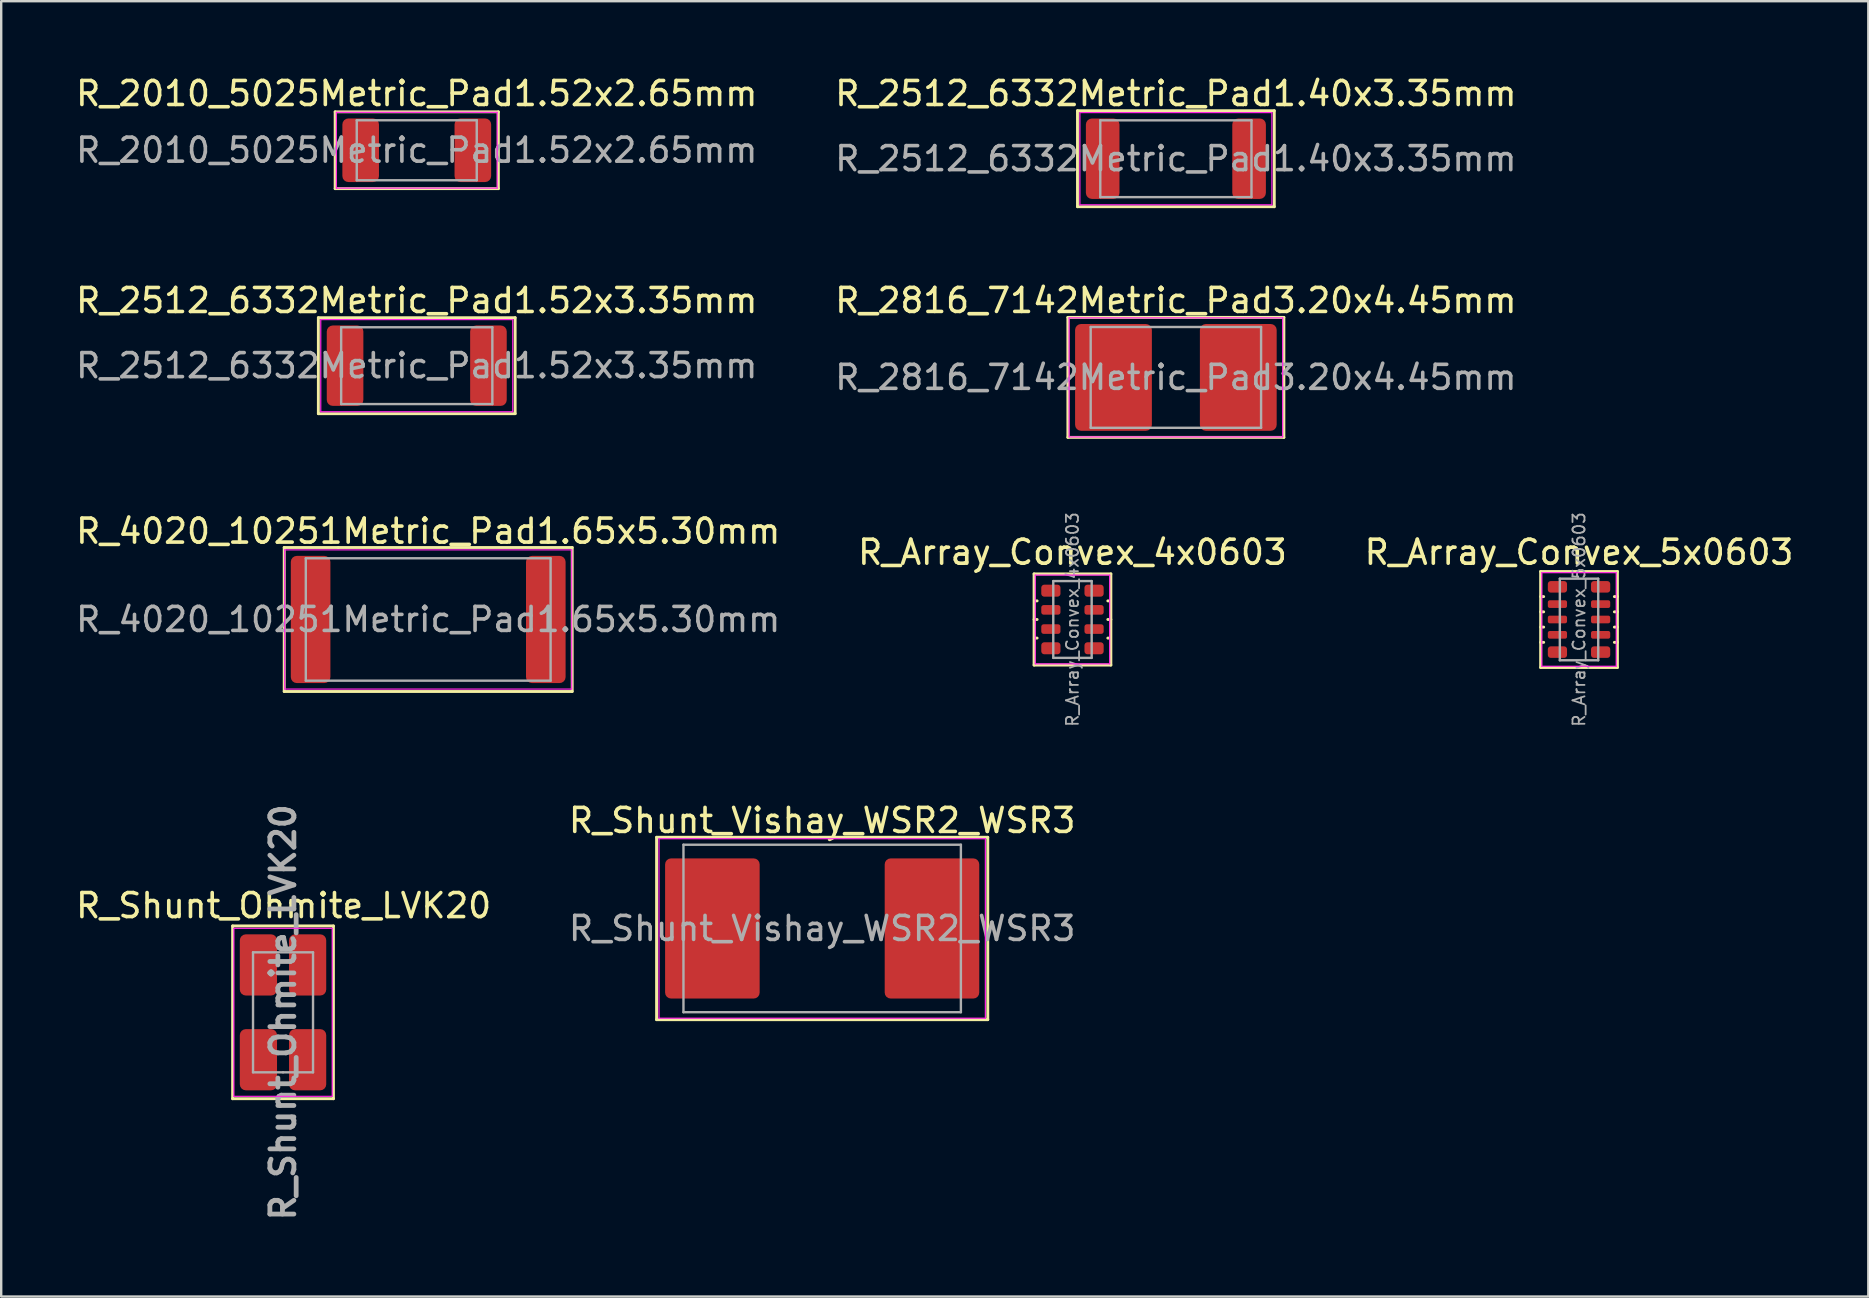
<source format=kicad_pcb>
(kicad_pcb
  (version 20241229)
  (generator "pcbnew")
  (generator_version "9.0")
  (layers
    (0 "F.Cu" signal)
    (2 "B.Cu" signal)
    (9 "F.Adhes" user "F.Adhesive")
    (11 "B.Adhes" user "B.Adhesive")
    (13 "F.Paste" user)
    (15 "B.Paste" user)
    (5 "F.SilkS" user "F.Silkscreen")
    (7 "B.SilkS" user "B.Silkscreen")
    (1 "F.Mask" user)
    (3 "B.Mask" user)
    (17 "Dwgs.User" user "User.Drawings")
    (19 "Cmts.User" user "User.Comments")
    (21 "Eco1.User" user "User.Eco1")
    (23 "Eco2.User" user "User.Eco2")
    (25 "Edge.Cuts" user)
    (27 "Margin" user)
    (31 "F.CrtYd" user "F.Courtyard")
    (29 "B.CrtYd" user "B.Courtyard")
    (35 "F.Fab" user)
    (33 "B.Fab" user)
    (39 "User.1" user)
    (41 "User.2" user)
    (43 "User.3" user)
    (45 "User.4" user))
  (footprint "R_2512_6332Metric_Pad1.40x3.35mm"
    (layer "F.Cu")
    (at 45.946 3.563)
    (property "Reference" "R_2512_6332Metric_Pad1.40x3.35mm" (at 0 -2.715 0) (layer "F.SilkS") (effects (font (size 1 1) (thickness 0.15))))
    (attr smd)
    (fp_line (start -4.1 -2) (end -4.1 2) (stroke (width 0.12) (type solid)) (layer "F.SilkS"))
    (fp_line (start -4.1 2) (end 4.1 2) (stroke (width 0.12) (type solid)) (layer "F.SilkS"))
    (fp_line (start 4.1 -2) (end -4.1 -2) (stroke (width 0.12) (type solid)) (layer "F.SilkS"))
    (fp_line (start 4.1 2) (end 4.1 -2) (stroke (width 0.12) (type solid)) (layer "F.SilkS"))
    (fp_line (start -4 -1.92) (end 4 -1.92) (stroke (width 0.05) (type solid)) (layer "F.CrtYd"))
    (fp_line (start -4 1.92) (end -4 -1.92) (stroke (width 0.05) (type solid)) (layer "F.CrtYd"))
    (fp_line (start 4 -1.92) (end 4 1.92) (stroke (width 0.05) (type solid)) (layer "F.CrtYd"))
    (fp_line (start 4 1.92) (end -4 1.92) (stroke (width 0.05) (type solid)) (layer "F.CrtYd"))
    (fp_line (start -3.15 -1.6) (end 3.15 -1.6) (stroke (width 0.1) (type solid)) (layer "F.Fab"))
    (fp_line (start -3.15 1.6) (end -3.15 -1.6) (stroke (width 0.1) (type solid)) (layer "F.Fab"))
    (fp_line (start 3.15 -1.6) (end 3.15 1.6) (stroke (width 0.1) (type solid)) (layer "F.Fab"))
    (fp_line (start 3.15 1.6) (end -3.15 1.6) (stroke (width 0.1) (type solid)) (layer "F.Fab"))
    (fp_text user "${REFERENCE}" (at 0 0 0) (layer "F.Fab") (effects (font (size 1 1) (thickness 0.15))))
    (pad "1" smd roundrect (at -3.05 0) (size 1.4 3.35) (layers "F.Cu" "F.Mask" "F.Paste") (roundrect_rratio 0.179))
    (pad "2" smd roundrect (at 3.05 0) (size 1.4 3.35) (layers "F.Cu" "F.Mask" "F.Paste") (roundrect_rratio 0.179)))
  (footprint "R_4020_10251Metric_Pad1.65x5.30mm"
    (layer "F.Cu")
    (at 14.792 22.762)
    (property "Reference" "R_4020_10251Metric_Pad1.65x5.30mm" (at 0 -3.679 0) (layer "F.SilkS") (effects (font (size 1 1) (thickness 0.15))))
    (attr smd)
    (fp_line (start -6 -3) (end -6 3) (stroke (width 0.12) (type solid)) (layer "F.SilkS"))
    (fp_line (start -6 3) (end 6 3) (stroke (width 0.12) (type solid)) (layer "F.SilkS"))
    (fp_line (start -3.747 -3) (end -6 -3) (stroke (width 0.12) (type solid)) (layer "F.SilkS"))
    (fp_line (start 6 -3) (end -3.747 -3) (stroke (width 0.12) (type solid)) (layer "F.SilkS"))
    (fp_line (start 6 3) (end 6 -3) (stroke (width 0.12) (type solid)) (layer "F.SilkS"))
    (fp_line (start -5.98 -2.9) (end 5.98 -2.9) (stroke (width 0.05) (type solid)) (layer "F.CrtYd"))
    (fp_line (start -5.98 2.9) (end -5.98 -2.9) (stroke (width 0.05) (type solid)) (layer "F.CrtYd"))
    (fp_line (start 5.98 -2.9) (end 5.98 2.9) (stroke (width 0.05) (type solid)) (layer "F.CrtYd"))
    (fp_line (start 5.98 2.9) (end -5.98 2.9) (stroke (width 0.05) (type solid)) (layer "F.CrtYd"))
    (fp_line (start -5.1 -2.55) (end 5.1 -2.55) (stroke (width 0.1) (type solid)) (layer "F.Fab"))
    (fp_line (start -5.1 2.55) (end -5.1 -2.55) (stroke (width 0.1) (type solid)) (layer "F.Fab"))
    (fp_line (start 5.1 -2.55) (end 5.1 2.55) (stroke (width 0.1) (type solid)) (layer "F.Fab"))
    (fp_line (start 5.1 2.55) (end -5.1 2.55) (stroke (width 0.1) (type solid)) (layer "F.Fab"))
    (fp_text user "${REFERENCE}" (at 0 0 0) (layer "F.Fab") (effects (font (size 1 1) (thickness 0.15))))
    (pad "1" smd roundrect (at -4.9 0) (size 1.65 5.3) (layers "F.Cu" "F.Mask" "F.Paste") (roundrect_rratio 0.152))
    (pad "2" smd roundrect (at 4.9 0) (size 1.65 5.3) (layers "F.Cu" "F.Mask" "F.Paste") (roundrect_rratio 0.152)))
  (footprint "R_2512_6332Metric_Pad1.52x3.35mm"
    (layer "F.Cu")
    (at 14.315 12.187)
    (property "Reference" "R_2512_6332Metric_Pad1.52x3.35mm" (at 0 -2.715 0) (layer "F.SilkS") (effects (font (size 1 1) (thickness 0.15))))
    (attr smd)
    (fp_line (start -4.1 -2) (end 4.1 -2) (stroke (width 0.12) (type solid)) (layer "F.SilkS"))
    (fp_line (start -4.1 2) (end -4.1 -2) (stroke (width 0.12) (type solid)) (layer "F.SilkS"))
    (fp_line (start 4.1 -2) (end 4.1 2) (stroke (width 0.12) (type solid)) (layer "F.SilkS"))
    (fp_line (start 4.1 2) (end -4.1 2) (stroke (width 0.12) (type solid)) (layer "F.SilkS"))
    (fp_line (start -4 -1.92) (end 4 -1.92) (stroke (width 0.05) (type solid)) (layer "F.CrtYd"))
    (fp_line (start -4 1.92) (end -4 -1.92) (stroke (width 0.05) (type solid)) (layer "F.CrtYd"))
    (fp_line (start 4 -1.92) (end 4 1.92) (stroke (width 0.05) (type solid)) (layer "F.CrtYd"))
    (fp_line (start 4 1.92) (end -4 1.92) (stroke (width 0.05) (type solid)) (layer "F.CrtYd"))
    (fp_line (start -3.15 -1.6) (end 3.15 -1.6) (stroke (width 0.1) (type solid)) (layer "F.Fab"))
    (fp_line (start -3.15 1.6) (end -3.15 -1.6) (stroke (width 0.1) (type solid)) (layer "F.Fab"))
    (fp_line (start 3.15 -1.6) (end 3.15 1.6) (stroke (width 0.1) (type solid)) (layer "F.Fab"))
    (fp_line (start 3.15 1.6) (end -3.15 1.6) (stroke (width 0.1) (type solid)) (layer "F.Fab"))
    (fp_text user "${REFERENCE}" (at 0 0 0) (layer "F.Fab") (effects (font (size 1 1) (thickness 0.15))))
    (pad "1" smd roundrect (at -2.987 0) (size 1.525 3.35) (layers "F.Cu" "F.Mask" "F.Paste") (roundrect_rratio 0.164))
    (pad "2" smd roundrect (at 2.987 0) (size 1.525 3.35) (layers "F.Cu" "F.Mask" "F.Paste") (roundrect_rratio 0.164)))
  (footprint "R_Array_Convex_5x0603"
    (layer "F.Cu")
    (at 62.744 22.762)
    (property "Reference" "R_Array_Convex_5x0603" (at 0 -2.8 0) (layer "F.SilkS") (effects (font (size 1 1) (thickness 0.15))))
    (attr smd)
    (fp_line (start -1.6 -2) (end -1.6 2) (stroke (width 0.12) (type solid)) (layer "F.SilkS"))
    (fp_line (start -1.6 2) (end 1.6 2) (stroke (width 0.12) (type solid)) (layer "F.SilkS"))
    (fp_line (start -1.473 -0.953) (end -1.6 -0.953) (stroke (width 0.12) (type solid)) (layer "F.SilkS"))
    (fp_line (start -1.473 -0.318) (end -1.6 -0.318) (stroke (width 0.12) (type solid)) (layer "F.SilkS"))
    (fp_line (start -1.473 0.318) (end -1.6 0.318) (stroke (width 0.12) (type solid)) (layer "F.SilkS"))
    (fp_line (start -1.473 0.953) (end -1.6 0.953) (stroke (width 0.12) (type solid)) (layer "F.SilkS"))
    (fp_line (start 1.473 -0.953) (end 1.6 -0.953) (stroke (width 0.12) (type solid)) (layer "F.SilkS"))
    (fp_line (start 1.473 -0.318) (end 1.6 -0.318) (stroke (width 0.12) (type solid)) (layer "F.SilkS"))
    (fp_line (start 1.473 0.318) (end 1.6 0.318) (stroke (width 0.12) (type solid)) (layer "F.SilkS"))
    (fp_line (start 1.473 0.953) (end 1.6 0.953) (stroke (width 0.12) (type solid)) (layer "F.SilkS"))
    (fp_line (start 1.6 -2) (end -1.6 -2) (stroke (width 0.12) (type solid)) (layer "F.SilkS"))
    (fp_line (start 1.6 2) (end 1.6 -2) (stroke (width 0.12) (type solid)) (layer "F.SilkS"))
    (fp_line (start -1.55 -1.95) (end -1.55 1.95) (stroke (width 0.05) (type solid)) (layer "F.CrtYd"))
    (fp_line (start -1.55 -1.95) (end 1.55 -1.95) (stroke (width 0.05) (type solid)) (layer "F.CrtYd"))
    (fp_line (start 1.55 1.95) (end -1.55 1.95) (stroke (width 0.05) (type solid)) (layer "F.CrtYd"))
    (fp_line (start 1.55 1.95) (end 1.55 -1.95) (stroke (width 0.05) (type solid)) (layer "F.CrtYd"))
    (fp_line (start -0.8 -1.7) (end -0.8 1.7) (stroke (width 0.1) (type solid)) (layer "F.Fab"))
    (fp_line (start -0.8 1.7) (end 0.8 1.7) (stroke (width 0.1) (type solid)) (layer "F.Fab"))
    (fp_line (start 0.8 -1.7) (end -0.8 -1.7) (stroke (width 0.1) (type solid)) (layer "F.Fab"))
    (fp_line (start 0.8 1.7) (end 0.8 -1.7) (stroke (width 0.1) (type solid)) (layer "F.Fab"))
    (fp_text user "${REFERENCE}" (at 0 0 90) (layer "F.Fab") (effects (font (size 0.5 0.5) (thickness 0.075))))
    (pad "1" smd roundrect (at -0.9 -1.36) (size 0.8 0.48) (layers "F.Cu" "F.Mask" "F.Paste") (roundrect_rratio 0.25))
    (pad "2" smd roundrect (at -0.9 -0.64) (size 0.8 0.32) (layers "F.Cu" "F.Mask" "F.Paste") (roundrect_rratio 0.25))
    (pad "3" smd roundrect (at -0.9 0) (size 0.8 0.32) (layers "F.Cu" "F.Mask" "F.Paste") (roundrect_rratio 0.25))
    (pad "4" smd roundrect (at -0.9 0.64) (size 0.8 0.32) (layers "F.Cu" "F.Mask" "F.Paste") (roundrect_rratio 0.25))
    (pad "5" smd roundrect (at -0.9 1.36) (size 0.8 0.48) (layers "F.Cu" "F.Mask" "F.Paste") (roundrect_rratio 0.25))
    (pad "6" smd roundrect (at 0.9 1.36) (size 0.8 0.48) (layers "F.Cu" "F.Mask" "F.Paste") (roundrect_rratio 0.25))
    (pad "7" smd roundrect (at 0.9 0.64) (size 0.8 0.32) (layers "F.Cu" "F.Mask" "F.Paste") (roundrect_rratio 0.25))
    (pad "8" smd roundrect (at 0.9 0) (size 0.8 0.32) (layers "F.Cu" "F.Mask" "F.Paste") (roundrect_rratio 0.25))
    (pad "9" smd roundrect (at 0.9 -0.64) (size 0.8 0.32) (layers "F.Cu" "F.Mask" "F.Paste") (roundrect_rratio 0.25))
    (pad "10" smd roundrect (at 0.9 -1.36) (size 0.8 0.48) (layers "F.Cu" "F.Mask" "F.Paste") (roundrect_rratio 0.25)))
  (footprint "R_2010_5025Metric_Pad1.52x2.65mm"
    (layer "F.Cu")
    (at 14.315 3.21)
    (property "Reference" "R_2010_5025Metric_Pad1.52x2.65mm" (at 0 -2.362 0) (layer "F.SilkS") (effects (font (size 1 1) (thickness 0.15))))
    (attr smd)
    (fp_line (start -3.4 -1.6) (end -3.4 1.6) (stroke (width 0.12) (type solid)) (layer "F.SilkS"))
    (fp_line (start -3.4 1.6) (end 3.4 1.6) (stroke (width 0.12) (type solid)) (layer "F.SilkS"))
    (fp_line (start 3.4 -1.6) (end -3.4 -1.6) (stroke (width 0.12) (type solid)) (layer "F.SilkS"))
    (fp_line (start 3.4 1.6) (end 3.4 -1.6) (stroke (width 0.12) (type solid)) (layer "F.SilkS"))
    (fp_line (start -3.35 -1.58) (end 3.35 -1.58) (stroke (width 0.05) (type solid)) (layer "F.CrtYd"))
    (fp_line (start -3.35 1.58) (end -3.35 -1.58) (stroke (width 0.05) (type solid)) (layer "F.CrtYd"))
    (fp_line (start 3.35 -1.58) (end 3.35 1.58) (stroke (width 0.05) (type solid)) (layer "F.CrtYd"))
    (fp_line (start 3.35 1.58) (end -3.35 1.58) (stroke (width 0.05) (type solid)) (layer "F.CrtYd"))
    (fp_line (start -2.5 -1.25) (end 2.5 -1.25) (stroke (width 0.1) (type solid)) (layer "F.Fab"))
    (fp_line (start -2.5 1.25) (end -2.5 -1.25) (stroke (width 0.1) (type solid)) (layer "F.Fab"))
    (fp_line (start 2.5 -1.25) (end 2.5 1.25) (stroke (width 0.1) (type solid)) (layer "F.Fab"))
    (fp_line (start 2.5 1.25) (end -2.5 1.25) (stroke (width 0.1) (type solid)) (layer "F.Fab"))
    (fp_text user "${REFERENCE}" (at 0 0 0) (layer "F.Fab") (effects (font (size 1 1) (thickness 0.15))))
    (pad "1" smd roundrect (at -2.337 0) (size 1.525 2.65) (layers "F.Cu" "F.Mask" "F.Paste") (roundrect_rratio 0.164))
    (pad "2" smd roundrect (at 2.337 0) (size 1.525 2.65) (layers "F.Cu" "F.Mask" "F.Paste") (roundrect_rratio 0.164)))
  (footprint "R_Array_Convex_4x0603"
    (layer "F.Cu")
    (at 41.637 22.762)
    (property "Reference" "R_Array_Convex_4x0603" (at 0 -2.8 0) (layer "F.SilkS") (effects (font (size 1 1) (thickness 0.15))))
    (attr smd)
    (fp_line (start -1.6 -1.9) (end 1.6 -1.9) (stroke (width 0.12) (type solid)) (layer "F.SilkS"))
    (fp_line (start -1.6 0) (end -1.473 0) (stroke (width 0.12) (type solid)) (layer "F.SilkS"))
    (fp_line (start -1.6 1.9) (end -1.6 -1.9) (stroke (width 0.12) (type solid)) (layer "F.SilkS"))
    (fp_line (start -1.473 -0.775) (end -1.587 -0.775) (stroke (width 0.12) (type solid)) (layer "F.SilkS"))
    (fp_line (start -1.473 0.775) (end -1.587 0.775) (stroke (width 0.12) (type solid)) (layer "F.SilkS"))
    (fp_line (start 1.473 -0.775) (end 1.587 -0.775) (stroke (width 0.12) (type solid)) (layer "F.SilkS"))
    (fp_line (start 1.473 0.775) (end 1.587 0.775) (stroke (width 0.12) (type solid)) (layer "F.SilkS"))
    (fp_line (start 1.6 -1.9) (end 1.6 1.9) (stroke (width 0.12) (type solid)) (layer "F.SilkS"))
    (fp_line (start 1.6 0) (end 1.473 0) (stroke (width 0.12) (type solid)) (layer "F.SilkS"))
    (fp_line (start 1.6 1.9) (end -1.6 1.9) (stroke (width 0.12) (type solid)) (layer "F.SilkS"))
    (fp_line (start -1.55 -1.85) (end -1.55 1.85) (stroke (width 0.05) (type solid)) (layer "F.CrtYd"))
    (fp_line (start -1.55 -1.85) (end 1.55 -1.85) (stroke (width 0.05) (type solid)) (layer "F.CrtYd"))
    (fp_line (start 1.55 1.85) (end -1.55 1.85) (stroke (width 0.05) (type solid)) (layer "F.CrtYd"))
    (fp_line (start 1.55 1.85) (end 1.55 -1.85) (stroke (width 0.05) (type solid)) (layer "F.CrtYd"))
    (fp_line (start -0.8 -1.6) (end 0.8 -1.6) (stroke (width 0.1) (type solid)) (layer "F.Fab"))
    (fp_line (start -0.8 1.6) (end -0.8 -1.6) (stroke (width 0.1) (type solid)) (layer "F.Fab"))
    (fp_line (start 0.8 -1.6) (end 0.8 1.6) (stroke (width 0.1) (type solid)) (layer "F.Fab"))
    (fp_line (start 0.8 1.6) (end -0.8 1.6) (stroke (width 0.1) (type solid)) (layer "F.Fab"))
    (fp_text user "${REFERENCE}" (at 0 0 90) (layer "F.Fab") (effects (font (size 0.5 0.5) (thickness 0.075))))
    (pad "1" smd roundrect (at -0.9 -1.2) (size 0.8 0.5) (layers "F.Cu" "F.Mask" "F.Paste") (roundrect_rratio 0.25))
    (pad "2" smd roundrect (at -0.9 -0.4) (size 0.8 0.4) (layers "F.Cu" "F.Mask" "F.Paste") (roundrect_rratio 0.25))
    (pad "3" smd roundrect (at -0.9 0.4) (size 0.8 0.4) (layers "F.Cu" "F.Mask" "F.Paste") (roundrect_rratio 0.25))
    (pad "4" smd roundrect (at -0.9 1.2) (size 0.8 0.5) (layers "F.Cu" "F.Mask" "F.Paste") (roundrect_rratio 0.25))
    (pad "5" smd roundrect (at 0.9 1.2) (size 0.8 0.5) (layers "F.Cu" "F.Mask" "F.Paste") (roundrect_rratio 0.25))
    (pad "6" smd roundrect (at 0.9 0.4) (size 0.8 0.4) (layers "F.Cu" "F.Mask" "F.Paste") (roundrect_rratio 0.25))
    (pad "7" smd roundrect (at 0.9 -0.4) (size 0.8 0.4) (layers "F.Cu" "F.Mask" "F.Paste") (roundrect_rratio 0.25))
    (pad "8" smd roundrect (at 0.9 -1.2) (size 0.8 0.5) (layers "F.Cu" "F.Mask" "F.Paste") (roundrect_rratio 0.25)))
  (footprint "R_Shunt_Vishay_WSR2_WSR3"
    (layer "F.Cu")
    (at 31.208 35.637)
    (property "Reference" "R_Shunt_Vishay_WSR2_WSR3" (at 0 -4.5 0) (layer "F.SilkS") (effects (font (size 1 1) (thickness 0.15))))
    (attr smd)
    (fp_line (start -6.9 -3.8) (end -6.9 3.8) (stroke (width 0.12) (type solid)) (layer "F.SilkS"))
    (fp_line (start -6.9 3.8) (end 6.9 3.8) (stroke (width 0.12) (type solid)) (layer "F.SilkS"))
    (fp_line (start 6.9 -3.8) (end -6.9 -3.8) (stroke (width 0.12) (type solid)) (layer "F.SilkS"))
    (fp_line (start 6.9 3.8) (end 6.9 -3.8) (stroke (width 0.12) (type solid)) (layer "F.SilkS"))
    (fp_line (start -6.8 -3.74) (end -6.8 3.74) (stroke (width 0.05) (type solid)) (layer "F.CrtYd"))
    (fp_line (start -6.8 -3.74) (end 6.8 -3.74) (stroke (width 0.05) (type solid)) (layer "F.CrtYd"))
    (fp_line (start -6.8 3.74) (end 6.8 3.74) (stroke (width 0.05) (type solid)) (layer "F.CrtYd"))
    (fp_line (start 6.8 -3.74) (end 6.8 3.74) (stroke (width 0.05) (type solid)) (layer "F.CrtYd"))
    (fp_line (start -5.78 -3.49) (end -5.78 3.49) (stroke (width 0.1) (type solid)) (layer "F.Fab"))
    (fp_line (start -5.78 -3.49) (end 5.78 -3.49) (stroke (width 0.1) (type solid)) (layer "F.Fab"))
    (fp_line (start -5.78 3.49) (end 5.78 3.49) (stroke (width 0.1) (type solid)) (layer "F.Fab"))
    (fp_line (start 5.78 -3.49) (end 5.78 3.49) (stroke (width 0.1) (type solid)) (layer "F.Fab"))
    (fp_text user "${REFERENCE}" (at 0 0 0) (layer "F.Fab") (effects (font (size 1 1) (thickness 0.15))))
    (pad "1" smd roundrect (at -4.575 0) (size 3.94 5.84) (layers "F.Cu" "F.Mask" "F.Paste") (roundrect_rratio 0.063))
    (pad "2" smd roundrect (at 4.575 0) (size 3.94 5.84) (layers "F.Cu" "F.Mask" "F.Paste") (roundrect_rratio 0.063)))
  (footprint "R_Shunt_Ohmite_LVK20"
    (layer "F.Cu")
    (at 8.743 39.131)
    (property "Reference" "R_Shunt_Ohmite_LVK20" (at 0.025 -4.445 0) (layer "F.SilkS") (effects (font (size 1 1) (thickness 0.15))))
    (attr smd)
    (fp_line (start -2.1 -3.6) (end -2.1 3.6) (stroke (width 0.12) (type solid)) (layer "F.SilkS"))
    (fp_line (start -2.1 3.6) (end 2.1 3.6) (stroke (width 0.12) (type solid)) (layer "F.SilkS"))
    (fp_line (start 2.1 -3.6) (end -2.1 -3.6) (stroke (width 0.12) (type solid)) (layer "F.SilkS"))
    (fp_line (start 2.1 3.6) (end 2.1 -3.6) (stroke (width 0.12) (type solid)) (layer "F.SilkS"))
    (fp_line (start -2.05 -3.5) (end 2.05 -3.5) (stroke (width 0.05) (type solid)) (layer "F.CrtYd"))
    (fp_line (start -2.05 3.5) (end -2.05 -3.5) (stroke (width 0.05) (type solid)) (layer "F.CrtYd"))
    (fp_line (start 2.05 -3.5) (end 2.05 3.5) (stroke (width 0.05) (type solid)) (layer "F.CrtYd"))
    (fp_line (start 2.05 3.5) (end -2.05 3.5) (stroke (width 0.05) (type solid)) (layer "F.CrtYd"))
    (fp_line (start -1.25 -2.5) (end 1.25 -2.5) (stroke (width 0.1) (type solid)) (layer "F.Fab"))
    (fp_line (start -1.25 2.5) (end -1.25 -2.5) (stroke (width 0.1) (type solid)) (layer "F.Fab"))
    (fp_line (start 0 2.5) (end -1.25 2.5) (stroke (width 0.1) (type solid)) (layer "F.Fab"))
    (fp_line (start 1.25 -2.5) (end 1.25 2.5) (stroke (width 0.1) (type solid)) (layer "F.Fab"))
    (fp_line (start 1.25 2.5) (end 0 2.5) (stroke (width 0.1) (type solid)) (layer "F.Fab"))
    (fp_text user "${REFERENCE}" (at 0 0 90) (layer "F.Fab") (effects (font (size 1 1) (thickness 0.2))))
    (pad "1" smd roundrect (at -1.025 -1.975) (size 1.55 2.55) (layers "F.Cu" "F.Mask" "F.Paste") (roundrect_rratio 0.161))
    (pad "2" smd roundrect (at 1.025 -1.975) (size 1.55 2.55) (layers "F.Cu" "F.Mask" "F.Paste") (roundrect_rratio 0.161))
    (pad "3" smd roundrect (at 1.025 1.975) (size 1.55 2.55) (layers "F.Cu" "F.Mask" "F.Paste") (roundrect_rratio 0.161))
    (pad "4" smd roundrect (at -1.025 1.975) (size 1.55 2.55) (layers "F.Cu" "F.Mask" "F.Paste") (roundrect_rratio 0.161)))
  (footprint "R_2816_7142Metric_Pad3.20x4.45mm"
    (layer "F.Cu")
    (at 45.946 12.675)
    (property "Reference" "R_2816_7142Metric_Pad3.20x4.45mm" (at 0 -3.204 0) (layer "F.SilkS") (effects (font (size 1 1) (thickness 0.15))))
    (attr smd)
    (fp_line (start -4.5 -2.5) (end -4.5 2.5) (stroke (width 0.12) (type solid)) (layer "F.SilkS"))
    (fp_line (start -4.5 -2.5) (end 4.5 -2.5) (stroke (width 0.12) (type solid)) (layer "F.SilkS"))
    (fp_line (start -4.5 2.5) (end 4.5 2.5) (stroke (width 0.12) (type solid)) (layer "F.SilkS"))
    (fp_line (start 4.5 2.5) (end 4.5 -2.5) (stroke (width 0.12) (type solid)) (layer "F.SilkS"))
    (fp_line (start -4.45 -2.48) (end 4.45 -2.48) (stroke (width 0.05) (type solid)) (layer "F.CrtYd"))
    (fp_line (start -4.45 2.48) (end -4.45 -2.48) (stroke (width 0.05) (type solid)) (layer "F.CrtYd"))
    (fp_line (start 4.45 -2.48) (end 4.45 2.48) (stroke (width 0.05) (type solid)) (layer "F.CrtYd"))
    (fp_line (start 4.45 2.48) (end -4.45 2.48) (stroke (width 0.05) (type solid)) (layer "F.CrtYd"))
    (fp_line (start -3.55 -2.1) (end 3.55 -2.1) (stroke (width 0.1) (type solid)) (layer "F.Fab"))
    (fp_line (start -3.55 2.1) (end -3.55 -2.1) (stroke (width 0.1) (type solid)) (layer "F.Fab"))
    (fp_line (start 3.55 -2.1) (end 3.55 2.1) (stroke (width 0.1) (type solid)) (layer "F.Fab"))
    (fp_line (start 3.55 2.1) (end -3.55 2.1) (stroke (width 0.1) (type solid)) (layer "F.Fab"))
    (fp_text user "${REFERENCE}" (at 0 0 0) (layer "F.Fab") (effects (font (size 1 1) (thickness 0.15))))
    (pad "1" smd roundrect (at -2.6 0) (size 3.2 4.45) (layers "F.Cu" "F.Mask" "F.Paste") (roundrect_rratio 0.078))
    (pad "2" smd roundrect (at 2.6 0) (size 3.2 4.45) (layers "F.Cu" "F.Mask" "F.Paste") (roundrect_rratio 0.078)))
  (gr_rect
    (start -3 -3)
    (end 74.798 50.974)
    (stroke (width 0.1) (type default))
    (fill no)
    (layer "Edge.Cuts")))
</source>
